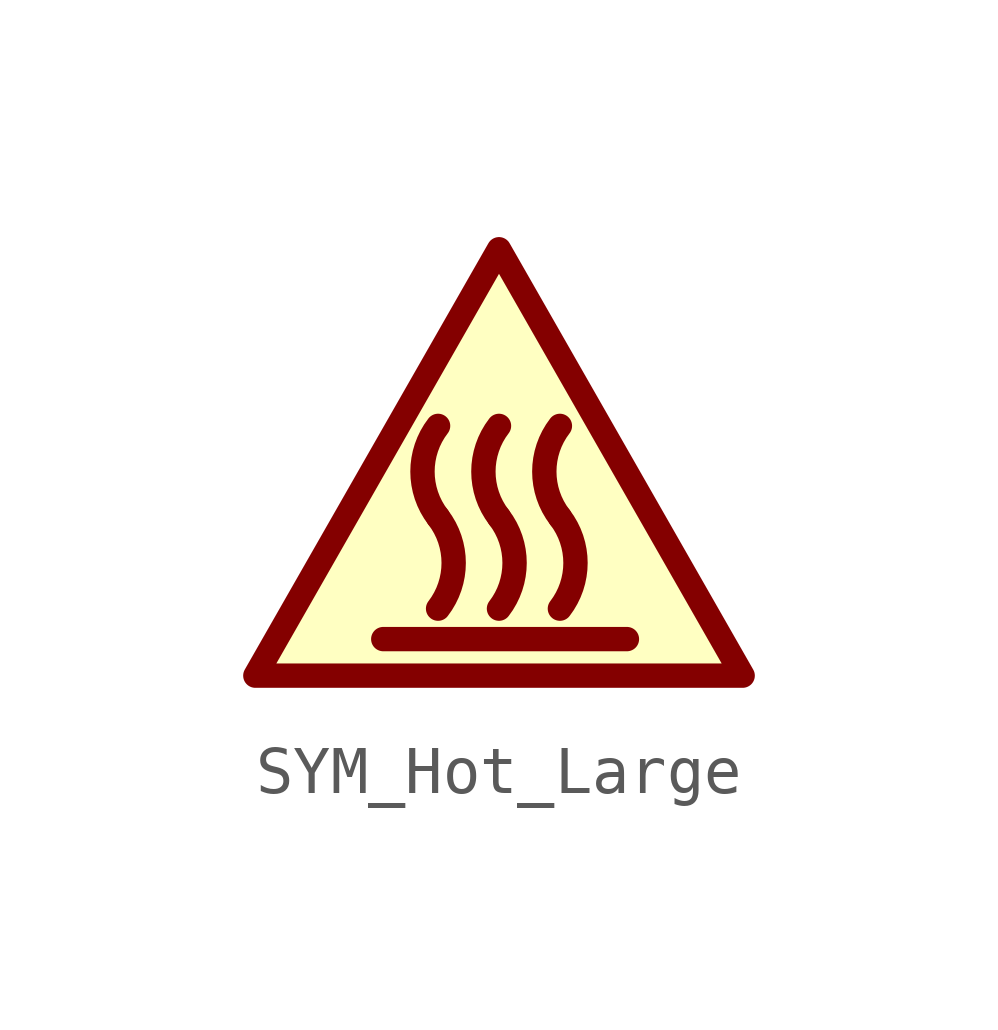
<source format=kicad_sym>
(kicad_symbol_lib
  (version 20220914)
  (generator kicad_symbol_editor)
  (symbol "SYM_Hot_Large"
    (property "Reference" "#SYM"
      (at 0 5.08 0)
      (effects (font (size 1.27 1.27)) hide))
    (symbol "SYM_Hot_Large_0_1"
      (arc (start -1.27 -3.683) (mid -0.9449 -2.728) (end -1.27 -1.778) (stroke (width 0.508) (type default)) (fill (type none)))
      (arc (start -1.27 0.127) (mid -1.5951 -0.828) (end -1.27 -1.778) (stroke (width 0.508) (type default)) (fill (type none)))
      (arc (start 0 -3.683) (mid 0.3251 -2.728) (end 0 -1.778) (stroke (width 0.508) (type default)) (fill (type none)))
      (polyline (pts (xy -2.413 -4.318) (xy 2.667 -4.318)) (stroke (width 0.508) (type default)) (fill (type none)))
      (polyline (pts (xy -5.08 -5.08) (xy 5.08 -5.08) (xy 0 3.81) (xy -5.08 -5.08)) (stroke (width 0.508) (type default)) (fill (type background)))
      (arc (start 0 0.127) (mid -0.3251 -0.828) (end 0 -1.778) (stroke (width 0.508) (type default)) (fill (type none)))
      (arc (start 1.27 -3.683) (mid 1.5951 -2.728) (end 1.27 -1.778) (stroke (width 0.508) (type default)) (fill (type none)))
      (arc (start 1.27 0.127) (mid 0.9449 -0.828) (end 1.27 -1.778) (stroke (width 0.508) (type default)) (fill (type none))))))
</source>
